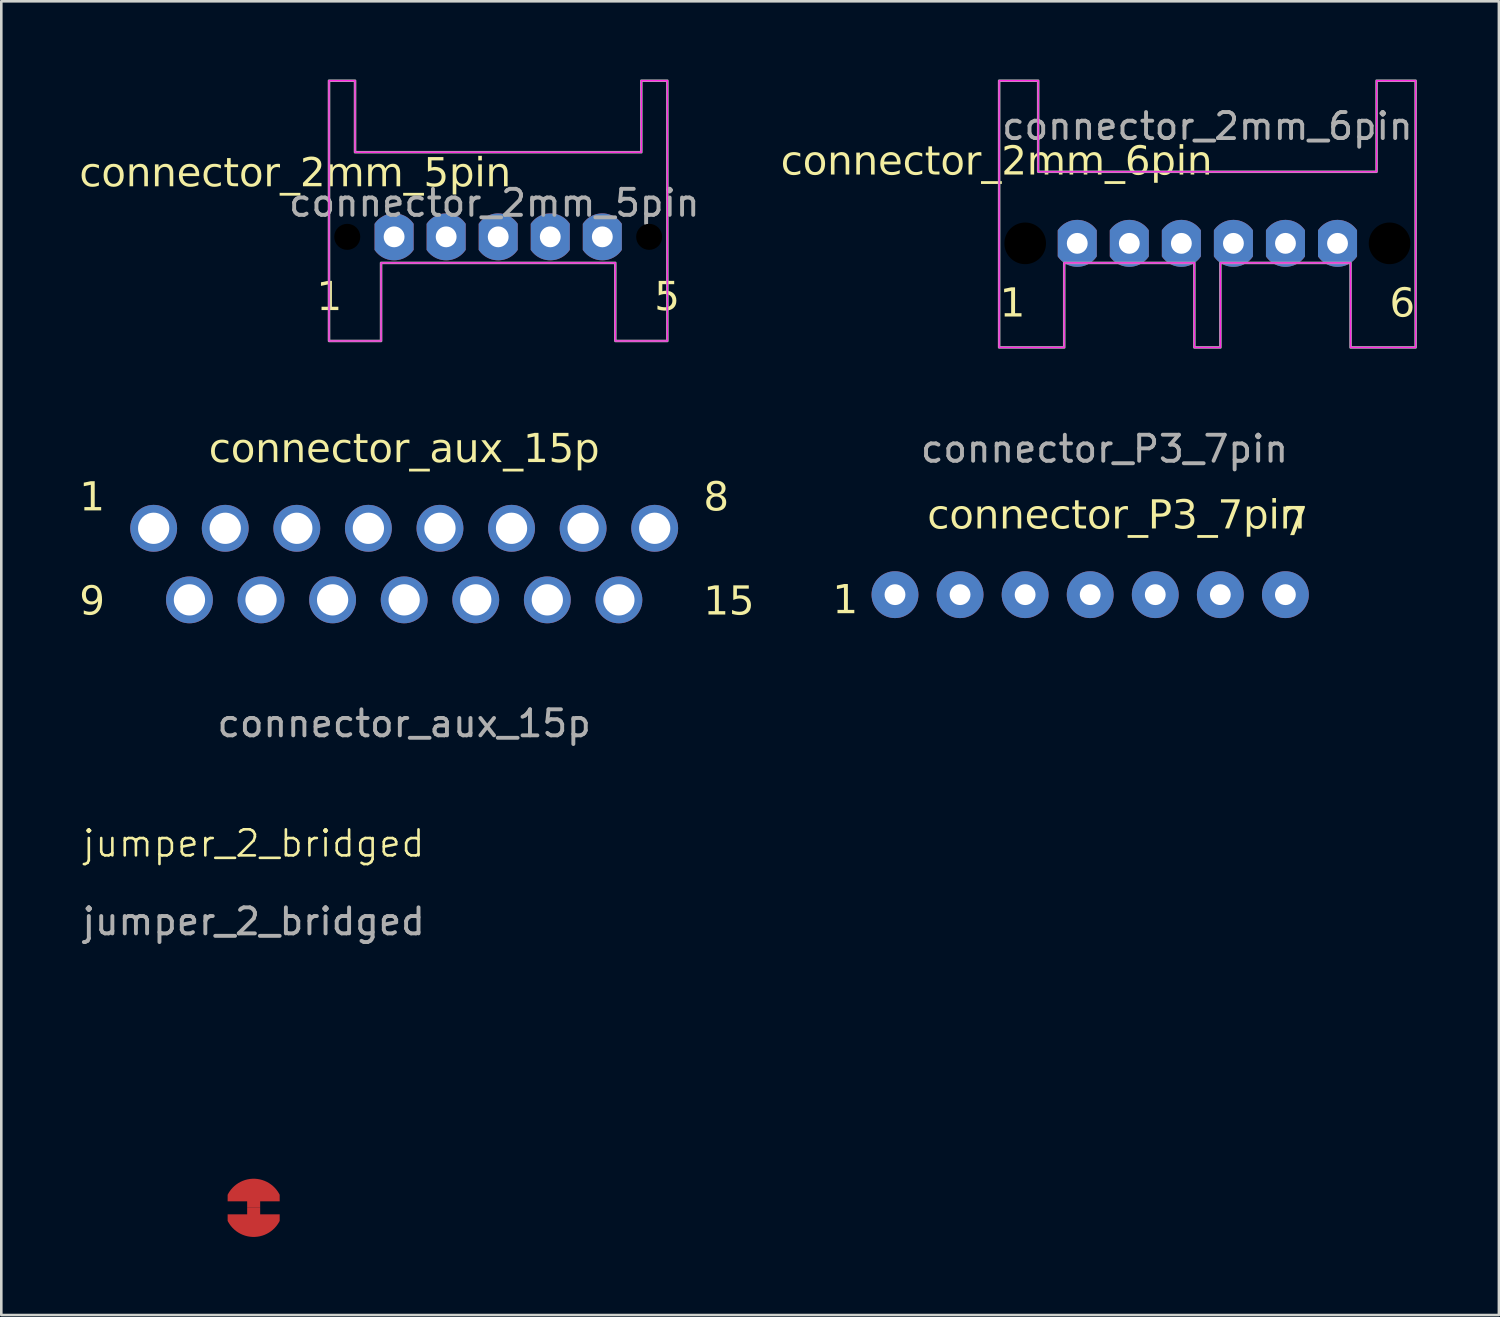
<source format=kicad_pcb>
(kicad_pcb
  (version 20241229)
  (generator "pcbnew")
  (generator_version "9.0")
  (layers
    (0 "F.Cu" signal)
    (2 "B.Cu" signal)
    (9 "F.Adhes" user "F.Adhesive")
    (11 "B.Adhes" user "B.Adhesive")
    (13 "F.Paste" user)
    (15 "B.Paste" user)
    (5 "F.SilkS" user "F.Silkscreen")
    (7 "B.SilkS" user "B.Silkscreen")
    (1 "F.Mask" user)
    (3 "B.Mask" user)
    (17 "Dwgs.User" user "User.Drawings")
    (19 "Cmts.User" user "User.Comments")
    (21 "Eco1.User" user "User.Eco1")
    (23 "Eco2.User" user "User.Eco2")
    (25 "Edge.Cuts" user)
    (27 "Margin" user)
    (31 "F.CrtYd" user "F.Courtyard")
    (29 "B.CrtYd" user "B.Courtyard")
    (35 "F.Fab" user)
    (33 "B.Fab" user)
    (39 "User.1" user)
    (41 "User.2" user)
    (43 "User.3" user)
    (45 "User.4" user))
  (footprint "connector_2mm_6pin"
    (layer "F.Cu")
    (at 43.34 6.3)
    (property "Reference" "connector_2mm_6pin" (at -8.1 -3.1 0) (unlocked yes) (layer "F.SilkS") (effects (font (face "FMD_PCB") (size 1.1 1.1) (thickness 0.1))))
    (attr through_hole)
    (fp_poly (pts (xy -8 4) (xy -8 -6.25) (xy -6.5 -6.25) (xy -6.5 -2.75) (xy 6.5 -2.75) (xy 6.5 -6.25) (xy 8 -6.25) (xy 8 4) (xy 5.5 4) (xy 5.5 0.75) (xy 0.5 0.75) (xy 0.5 4) (xy -0.5 4) (xy -0.5 0.75) (xy -5.5 0.75) (xy -5.5 4)) (stroke (width 0.05) (type solid)) (fill no) (layer "F.CrtYd"))
    (fp_poly (pts (xy -8 4) (xy -8 -6.25) (xy -6.5 -6.25) (xy -6.5 -2.75) (xy 6.5 -2.75) (xy 6.5 -6.25) (xy 8 -6.25) (xy 8 4) (xy 5.5 4) (xy 5.5 0.75) (xy 0.5 0.75) (xy 0.5 4) (xy -0.5 4) (xy -0.5 0.75) (xy -5.5 0.75) (xy -5.5 4)) (stroke (width 0.1) (type solid)) (fill no) (layer "F.Fab"))
    (fp_text user "1" (at -7 3 0) (unlocked yes) (layer "F.SilkS") (effects (font (face "FMD_PCB") (size 1.1 1.1) (thickness 0.1)) (justify right bottom)))
    (fp_text user "6" (at 7 3 0) (unlocked yes) (layer "F.SilkS") (effects (font (face "FMD_PCB") (size 1.1 1.1) (thickness 0.1)) (justify left bottom)))
    (fp_text user "${REFERENCE}" (at 0 -4.5 0) (unlocked yes) (layer "F.Fab") (effects (font (size 1 1) (thickness 0.15))))
    (pad "" np_thru_hole circle (at -7 0) (size 2.4 2.4) (drill 1.6) (layers "*.Mask"))
    (pad "" np_thru_hole circle (at 7 0) (size 2.4 2.4) (drill 1.6) (layers "*.Mask"))
    (pad "1" thru_hole custom (at -5 0) (size 1.5 1.5) (drill 0.8) (layers "*.Cu" "*.Mask") (options (anchor circle)) (primitives (gr_poly (pts (arc (start 0.75 -0.5) (mid 0 -0.901388) (end -0.75 -0.5)) (arc (start -0.75 0.5) (mid 0 0.901388) (end 0.75 0.5))) (width 0) (fill yes))))
    (pad "2" thru_hole custom (at -3 0) (size 1.5 1.5) (drill 0.8) (layers "*.Cu" "*.Mask") (options (anchor circle)) (primitives (gr_poly (pts (arc (start 0.75 -0.5) (mid 0 -0.901388) (end -0.75 -0.5)) (arc (start -0.75 0.5) (mid 0 0.901388) (end 0.75 0.5))) (width 0) (fill yes))))
    (pad "3" thru_hole custom (at -1 0) (size 1.5 1.5) (drill 0.8) (layers "*.Cu" "*.Mask") (options (anchor circle)) (primitives (gr_poly (pts (arc (start 0.75 -0.5) (mid 0 -0.901388) (end -0.75 -0.5)) (arc (start -0.75 0.5) (mid 0 0.901388) (end 0.75 0.5))) (width 0) (fill yes))))
    (pad "4" thru_hole custom (at 1 0) (size 1.5 1.5) (drill 0.8) (layers "*.Cu" "*.Mask") (options (anchor circle)) (primitives (gr_poly (pts (arc (start 0.75 -0.5) (mid 0 -0.901388) (end -0.75 -0.5)) (arc (start -0.75 0.5) (mid 0 0.901388) (end 0.75 0.5))) (width 0) (fill yes))))
    (pad "5" thru_hole custom (at 3 0) (size 1.5 1.5) (drill 0.8) (layers "*.Cu" "*.Mask") (options (anchor circle)) (primitives (gr_poly (pts (arc (start 0.75 -0.5) (mid 0 -0.901388) (end -0.75 -0.5)) (arc (start -0.75 0.5) (mid 0 0.901388) (end 0.75 0.5))) (width 0) (fill yes))))
    (pad "6" thru_hole custom (at 5 0) (size 1.5 1.5) (drill 0.8) (layers "*.Cu" "*.Mask") (options (anchor circle)) (primitives (gr_poly (pts (arc (start 0.75 -0.5) (mid 0 -0.901388) (end -0.75 -0.5)) (arc (start -0.75 0.5) (mid 0 0.901388) (end 0.75 0.5))) (width 0) (fill yes)))))
  (footprint "connector_2mm_5pin"
    (layer "F.Cu")
    (at 16.092 6.05)
    (property "Reference" "connector_2mm_5pin" (at -7.8 -2.4 0) (unlocked yes) (layer "F.SilkS") (effects (font (face "FMD_PCB") (size 1.1 1.1) (thickness 0.1))))
    (attr through_hole)
    (fp_poly (pts (xy -6.5 4) (xy -6.5 -6) (xy -5.5 -6) (xy -5.5 -3.25) (xy 5.5 -3.25) (xy 5.5 -6) (xy 6.5 -6) (xy 6.5 4) (xy 4.5 4) (xy 4.5 1) (xy -4.5 1) (xy -4.5 4)) (stroke (width 0.05) (type solid)) (fill no) (layer "F.CrtYd"))
    (fp_poly (pts (xy -6.5 4) (xy -6.5 -6) (xy -5.5 -6) (xy -5.5 -3.25) (xy 5.5 -3.25) (xy 5.5 -6) (xy 6.5 -6) (xy 6.5 4) (xy 4.5 4) (xy 4.5 1) (xy -4.5 1) (xy -4.5 4)) (stroke (width 0.1) (type solid)) (fill no) (layer "F.Fab"))
    (fp_text user "1" (at -6 3 0) (unlocked yes) (layer "F.SilkS") (effects (font (face "FMD_PCB") (size 1.1 1.1) (thickness 0.1)) (justify right bottom)))
    (fp_text user "5" (at 6 3 0) (unlocked yes) (layer "F.SilkS") (effects (font (face "FMD_PCB") (size 1.1 1.1) (thickness 0.1)) (justify left bottom)))
    (fp_text user "${REFERENCE}" (at -0.15 -1.3 0) (unlocked yes) (layer "F.Fab") (effects (font (size 1 1) (thickness 0.15))))
    (pad "" np_thru_hole circle (at -5.8 0) (size 2 2) (drill 1) (layers "*.Mask"))
    (pad "" np_thru_hole circle (at 5.8 0) (size 2 2) (drill 1) (layers "*.Mask"))
    (pad "1" thru_hole custom (at -4 0) (size 1.5 1.5) (drill 0.8) (layers "*.Cu" "*.Mask") (options (anchor circle)) (primitives (gr_poly (pts (arc (start -0.75 0.5) (mid 0 0.901388) (end 0.75 0.5)) (arc (start 0.75 -0.5) (mid 0 -0.901388) (end -0.75 -0.5))) (width 0) (fill yes))))
    (pad "2" thru_hole custom (at -2 0) (size 1.5 1.5) (drill 0.8) (layers "*.Cu" "*.Mask") (options (anchor circle)) (primitives (gr_poly (pts (arc (start -0.75 0.5) (mid 0 0.901388) (end 0.75 0.5)) (arc (start 0.75 -0.5) (mid 0 -0.901388) (end -0.75 -0.5))) (width 0) (fill yes))))
    (pad "3" thru_hole custom (at 0 0) (size 1.5 1.5) (drill 0.8) (layers "*.Cu" "*.Mask") (options (anchor circle)) (primitives (gr_poly (pts (arc (start -0.75 0.5) (mid 0 0.901388) (end 0.75 0.5)) (arc (start 0.75 -0.5) (mid 0 -0.901388) (end -0.75 -0.5))) (width 0) (fill yes))))
    (pad "4" thru_hole custom (at 2 0) (size 1.5 1.5) (drill 0.8) (layers "*.Cu" "*.Mask") (options (anchor circle)) (primitives (gr_poly (pts (arc (start -0.75 0.5) (mid 0 0.901388) (end 0.75 0.5)) (arc (start 0.75 -0.5) (mid 0 -0.901388) (end -0.75 -0.5))) (width 0) (fill yes))))
    (pad "5" thru_hole custom (at 4 0) (size 1.5 1.5) (drill 0.8) (layers "*.Cu" "*.Mask") (options (anchor circle)) (primitives (gr_poly (pts (arc (start -0.75 0.5) (mid 0 0.901388) (end 0.75 0.5)) (arc (start 0.75 -0.5) (mid 0 -0.901388) (end -0.75 -0.5))) (width 0) (fill yes)))))
  (footprint "jumper_2_bridged"
    (layer "F.Cu")
    (at 6.696 43.357)
    (property "Reference" "jumper_2_bridged" (at 0 -14 0) (unlocked yes) (layer "F.SilkS") (effects (font (size 1 1) (thickness 0.1))))
    (attr smd)
    (fp_text user "${REFERENCE}" (at 0 -11 0) (unlocked yes) (layer "F.Fab") (effects (font (size 1 1) (thickness 0.15))))
    (pad "1" smd custom (at 0 -0.5) (size 0.25 0.25) (layers "F.Cu" "F.Mask" "F.Paste") (options (anchor circle)) (primitives (gr_poly (pts (xy -1 0.25) (arc (start -1 0) (mid 0 -0.618034) (end 1 0)) (xy 1 0.25) (xy 0.25 0.25) (xy 0.25 0.5) (xy -0.25 0.5) (xy -0.25 0.25)) (width 0) (fill yes))))
    (pad "2" smd custom (at 0 0.5 180) (size 0.25 0.25) (layers "F.Cu" "F.Mask" "F.Paste") (options (anchor circle)) (primitives (gr_poly (pts (xy -1 0.25) (arc (start -1 0) (mid 0 -0.618034) (end 1 0)) (xy 1 0.25) (xy 0.25 0.25) (xy 0.25 0.5) (xy -0.25 0.5) (xy -0.25 0.25)) (width 0) (fill yes)))))
  (footprint "connector_aux_15p"
    (layer "F.Cu")
    (at 12.479 17.248)
    (property "Reference" "connector_aux_15p" (at 0 -3 0) (unlocked yes) (layer "F.SilkS") (effects (font (face "FMD_PCB") (size 1.1 1.1) (thickness 0.1))))
    (attr through_hole)
    (fp_text user "15" (at 11.5 3.5 0) (unlocked yes) (layer "F.SilkS") (effects (font (face "FMD_PCB") (size 1.1 1.1) (thickness 0.1)) (justify left bottom)))
    (fp_text user "9" (at -11.5 3.5 0) (unlocked yes) (layer "F.SilkS") (effects (font (face "FMD_PCB") (size 1.1 1.1) (thickness 0.1)) (justify right bottom)))
    (fp_text user "1" (at -11.5 -0.5 0) (unlocked yes) (layer "F.SilkS") (effects (font (face "FMD_PCB") (size 1.1 1.1) (thickness 0.1)) (justify right bottom)))
    (fp_text user "8" (at 11.5 -0.5 0) (unlocked yes) (layer "F.SilkS") (effects (font (face "FMD_PCB") (size 1.1 1.1) (thickness 0.1)) (justify left bottom)))
    (fp_text user "${REFERENCE}" (at 0 7.5 0) (unlocked yes) (layer "F.Fab") (effects (font (size 1 1) (thickness 0.15))))
    (pad "1" thru_hole circle (at -9.625 0) (size 1.8 1.8) (drill 1.2) (layers "*.Cu" "*.Mask"))
    (pad "2" thru_hole circle (at -6.875 0) (size 1.8 1.8) (drill 1.2) (layers "*.Cu" "*.Mask"))
    (pad "3" thru_hole circle (at -4.125 0) (size 1.8 1.8) (drill 1.2) (layers "*.Cu" "*.Mask"))
    (pad "4" thru_hole circle (at -1.375 0) (size 1.8 1.8) (drill 1.2) (layers "*.Cu" "*.Mask"))
    (pad "5" thru_hole circle (at 1.375 0) (size 1.8 1.8) (drill 1.2) (layers "*.Cu" "*.Mask"))
    (pad "6" thru_hole circle (at 4.125 0) (size 1.8 1.8) (drill 1.2) (layers "*.Cu" "*.Mask"))
    (pad "7" thru_hole circle (at 6.875 0) (size 1.8 1.8) (drill 1.2) (layers "*.Cu" "*.Mask"))
    (pad "8" thru_hole circle (at 9.625 0) (size 1.8 1.8) (drill 1.2) (layers "*.Cu" "*.Mask"))
    (pad "9" thru_hole circle (at -8.25 2.75) (size 1.8 1.8) (drill 1.2) (layers "*.Cu" "*.Mask"))
    (pad "10" thru_hole circle (at -5.5 2.75) (size 1.8 1.8) (drill 1.2) (layers "*.Cu" "*.Mask"))
    (pad "11" thru_hole circle (at -2.75 2.75) (size 1.8 1.8) (drill 1.2) (layers "*.Cu" "*.Mask"))
    (pad "12" thru_hole circle (at 0 2.75) (size 1.8 1.8) (drill 1.2) (layers "*.Cu" "*.Mask"))
    (pad "13" thru_hole circle (at 2.75 2.75) (size 1.8 1.8) (drill 1.2) (layers "*.Cu" "*.Mask"))
    (pad "14" thru_hole circle (at 5.5 2.75) (size 1.8 1.8) (drill 1.2) (layers "*.Cu" "*.Mask"))
    (pad "15" thru_hole circle (at 8.25 2.75) (size 1.8 1.8) (drill 1.2) (layers "*.Cu" "*.Mask")))
  (footprint "connector_P3_7pin"
    (layer "F.Cu")
    (at 31.337 19.798)
    (property "Reference" "connector_P3_7pin" (at 8.5 -3 0) (unlocked yes) (layer "F.SilkS") (effects (font (face "FMD_PCB") (size 1.1 1.1) (thickness 0.1))))
    (attr through_hole)
    (fp_text user "1" (at -2.4 0.9 0) (unlocked yes) (layer "F.SilkS") (effects (font (face "FMD_PCB") (size 1.1 1.1) (thickness 0.1)) (justify left bottom)))
    (fp_text user "7" (at 14.9 -2.1 0) (unlocked yes) (layer "F.SilkS") (effects (font (face "FMD_PCB") (size 1.1 1.1) (thickness 0.1)) (justify left bottom)))
    (fp_text user "${REFERENCE}" (at 8.05 -5.6 0) (unlocked yes) (layer "F.Fab") (effects (font (size 1 1) (thickness 0.15))))
    (pad "1" thru_hole circle (at 0 0) (size 1.8 1.8) (drill 0.8) (layers "*.Cu" "*.Mask"))
    (pad "2" thru_hole circle (at 2.5 0) (size 1.8 1.8) (drill 0.8) (layers "*.Cu" "*.Mask"))
    (pad "3" thru_hole circle (at 5 0) (size 1.8 1.8) (drill 0.8) (layers "*.Cu" "*.Mask"))
    (pad "4" thru_hole circle (at 7.5 0) (size 1.8 1.8) (drill 0.8) (layers "*.Cu" "*.Mask"))
    (pad "5" thru_hole circle (at 10 0) (size 1.8 1.8) (drill 0.8) (layers "*.Cu" "*.Mask"))
    (pad "6" thru_hole circle (at 12.5 0) (size 1.8 1.8) (drill 0.8) (layers "*.Cu" "*.Mask"))
    (pad "7" thru_hole circle (at 15 0) (size 1.8 1.8) (drill 0.8) (layers "*.Cu" "*.Mask")))
  (gr_rect
    (start -3 -3)
    (end 54.54 47.475)
    (stroke (width 0.1) (type default))
    (fill no)
    (layer "Edge.Cuts")))
</source>
